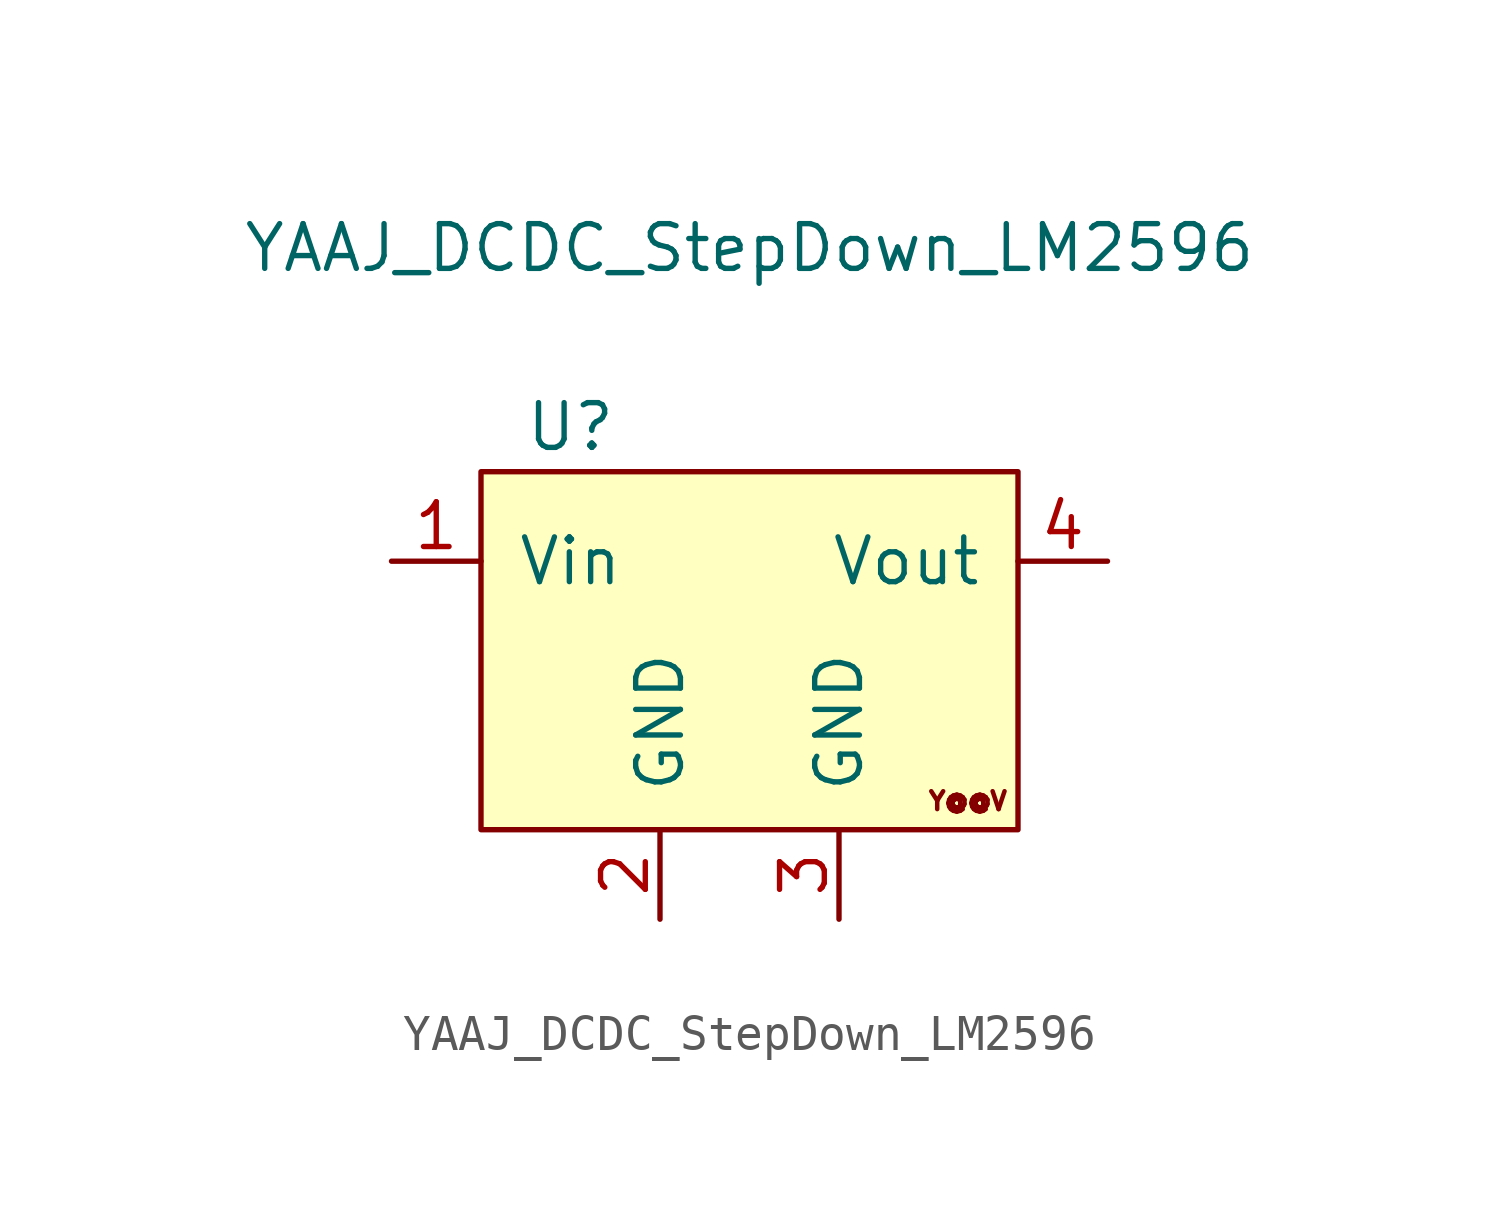
<source format=kicad_sym>
(kicad_symbol_lib
  (version 20231120)
  (generator "kicad_symbol_editor")
  (generator_version "8.0")
  (symbol "YAAJ_DCDC_StepDown_LM2596"
    (pin_names
      (offset 1.016))
    (property "Reference" "U"
      (at -5.08 6.35 0)
      (effects (font (size 1.27 1.27))))
    (property "Value" "YAAJ_DCDC_StepDown_LM2596"
      (at 0 11.43 0)
      (effects (font (size 1.27 1.27))))
    (symbol "YAAJ_DCDC_StepDown_LM2596_0_1"
      (rectangle (start -7.62 5.08) (end 7.62 -5.08) (stroke (width 0) (type solid)) (fill (type background))))
    (symbol "YAAJ_DCDC_StepDown_LM2596_1_1"
      (text "Y@@V" (at 6.198 -4.267 0) (effects (font (size 0.508 0.508))))
      (pin power_in line (at -10.16 2.54 0) (length 2.54) (name "Vin" (effects (font (size 1.27 1.27)))) (number "1" (effects (font (size 1.27 1.27)))))
      (pin power_in line (at -2.54 -7.62 90) (length 2.54) (name "GND" (effects (font (size 1.27 1.27)))) (number "2" (effects (font (size 1.27 1.27)))))
      (pin power_in line (at 2.54 -7.62 90) (length 2.54) (name "GND" (effects (font (size 1.27 1.27)))) (number "3" (effects (font (size 1.27 1.27)))))
      (pin power_out line (at 10.16 2.54 180) (length 2.54) (name "Vout" (effects (font (size 1.27 1.27)))) (number "4" (effects (font (size 1.27 1.27))))))))
</source>
